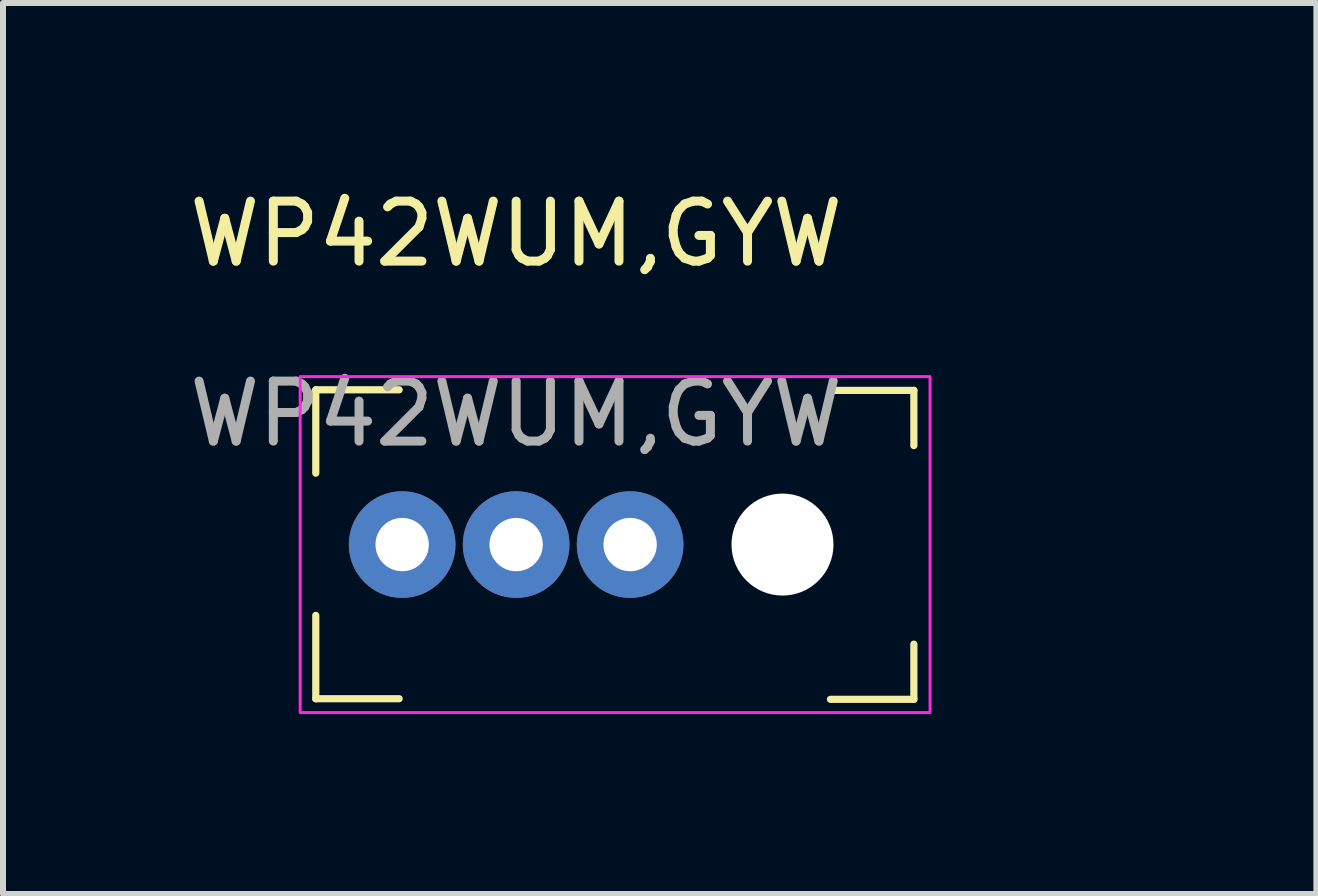
<source format=kicad_pcb>
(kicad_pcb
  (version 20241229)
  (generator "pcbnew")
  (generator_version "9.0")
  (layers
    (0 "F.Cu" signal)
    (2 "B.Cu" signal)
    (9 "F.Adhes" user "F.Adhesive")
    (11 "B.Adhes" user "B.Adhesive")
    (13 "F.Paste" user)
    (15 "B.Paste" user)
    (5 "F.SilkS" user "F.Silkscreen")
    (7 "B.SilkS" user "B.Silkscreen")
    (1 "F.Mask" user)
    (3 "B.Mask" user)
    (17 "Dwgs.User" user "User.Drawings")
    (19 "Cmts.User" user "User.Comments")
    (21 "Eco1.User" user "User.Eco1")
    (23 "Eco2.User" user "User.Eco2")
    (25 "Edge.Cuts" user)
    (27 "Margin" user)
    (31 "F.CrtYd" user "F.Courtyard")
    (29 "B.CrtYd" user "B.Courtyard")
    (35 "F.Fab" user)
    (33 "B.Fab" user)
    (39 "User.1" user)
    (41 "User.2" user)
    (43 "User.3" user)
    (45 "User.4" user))
  (footprint "WP42WUM,GYW"
    (layer "F.Cu")
    (at 5.554 6.028)
    (property "Reference" "WP42WUM,GYW" (at 0 -5.18 0) (unlocked yes) (layer "F.SilkS") (effects (font (size 1 1) (thickness 0.15))))
    (fp_line (start -3.34 -2.58) (end -1.95 -2.58) (stroke (width 0.12) (type solid)) (layer "F.SilkS"))
    (fp_line (start -3.34 -1.19) (end -3.34 -2.58) (stroke (width 0.12) (type solid)) (layer "F.SilkS"))
    (fp_line (start -3.34 2.57) (end -3.34 1.18) (stroke (width 0.12) (type solid)) (layer "F.SilkS"))
    (fp_line (start -1.95 2.57) (end -3.34 2.57) (stroke (width 0.12) (type solid)) (layer "F.SilkS"))
    (fp_line (start 5.24 -2.57) (end 6.63 -2.57) (stroke (width 0.12) (type solid)) (layer "F.SilkS"))
    (fp_line (start 6.63 -2.57) (end 6.63 -1.65) (stroke (width 0.12) (type solid)) (layer "F.SilkS"))
    (fp_line (start 6.63 1.66) (end 6.63 2.58) (stroke (width 0.12) (type solid)) (layer "F.SilkS"))
    (fp_line (start 6.63 2.58) (end 5.24 2.58) (stroke (width 0.12) (type solid)) (layer "F.SilkS"))
    (fp_rect (start -3.18 -2.415) (end 6.47 2.415) (stroke (width 0.12) (type solid)) (fill no) (layer "Eco1.User"))
    (fp_rect (start 6.47 -1.5) (end 10.28 1.5) (stroke (width 0.12) (type solid)) (fill no) (layer "Eco1.User"))
    (fp_rect (start -3.6 -2.8) (end 6.9 2.8) (stroke (width 0.05) (type solid)) (fill no) (layer "F.CrtYd"))
    (fp_text user "${REFERENCE}" (at 0 -2.18 0) (unlocked yes) (layer "F.Fab") (effects (font (size 1 1) (thickness 0.15))))
    (pad "" np_thru_hole circle (at 4.44 0) (size 1.7 1.7) (drill 1.7) (layers "*.Cu" "*.Mask"))
    (pad "1" thru_hole circle (at 1.9 0) (size 1.778 1.778) (drill 0.889) (layers "*.Cu" "*.Mask"))
    (pad "2" thru_hole circle (at 0 0) (size 1.778 1.778) (drill 0.889) (layers "*.Cu" "*.Mask"))
    (pad "3" thru_hole circle (at -1.9 0) (size 1.778 1.778) (drill 0.889) (layers "*.Cu" "*.Mask")))
  (gr_rect
    (start -3 -3)
    (end 18.894 11.853)
    (stroke (width 0.1) (type default))
    (fill no)
    (layer "Edge.Cuts")))
</source>
